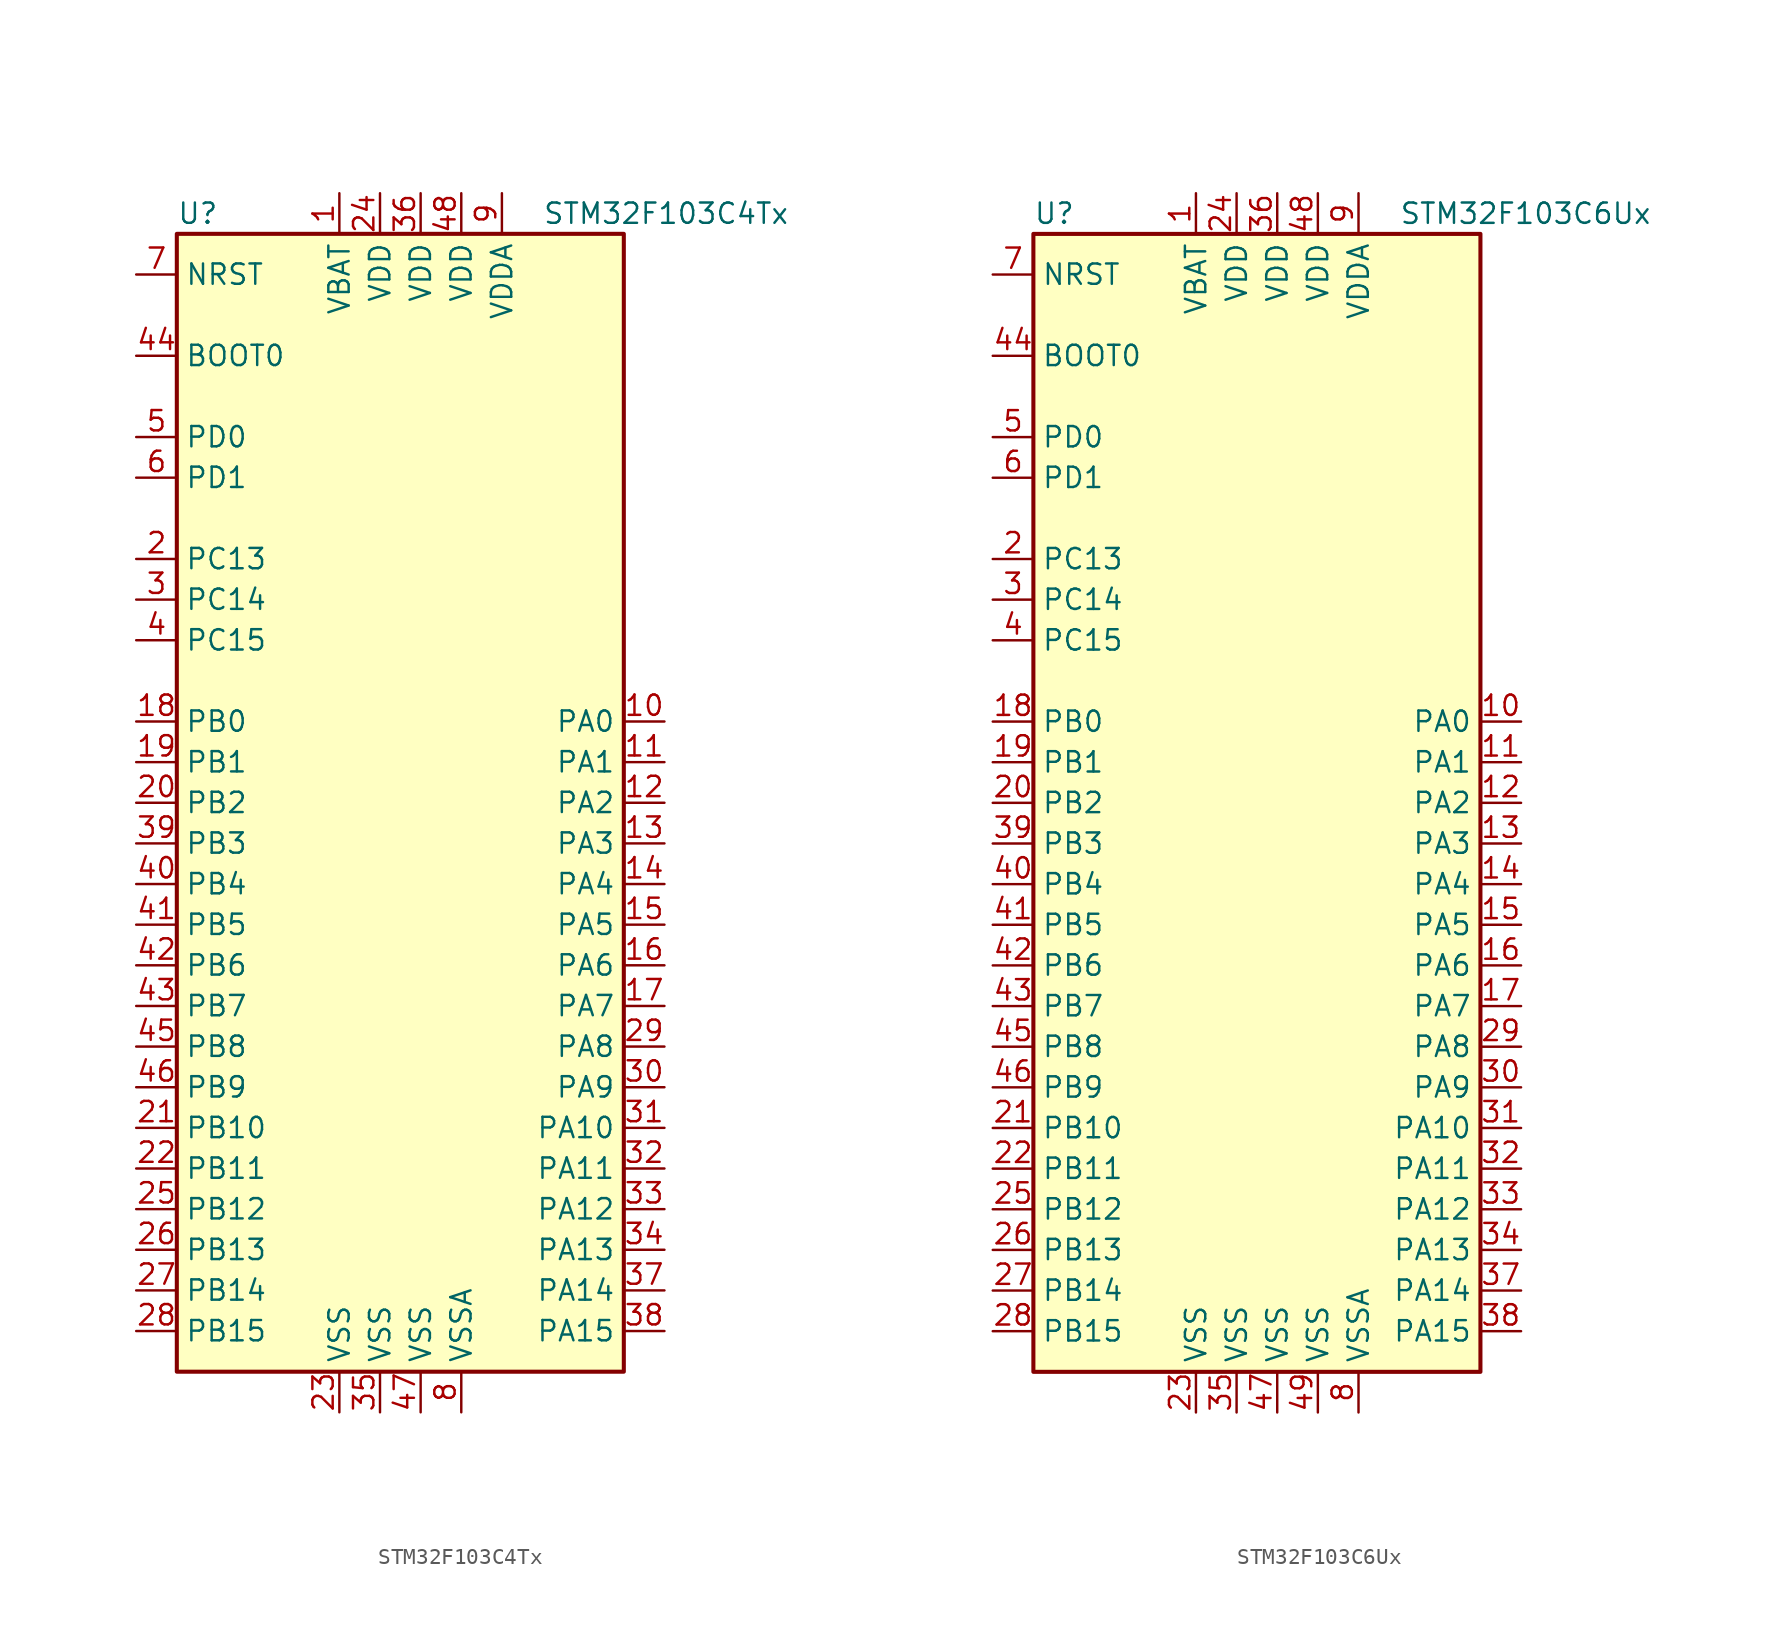
<source format=kicad_sym>
(kicad_symbol_lib
  (version 20201005)
  (generator kicad_symbol_editor)
  (symbol "STM32F103C4Tx"
    (property "Reference" "U"
      (at -15.24 36.83 0)
      (effects (font (size 1.27 1.27)) (justify left)))
    (property "Value" "STM32F103C4Tx"
      (at 7.62 36.83 0)
      (effects (font (size 1.27 1.27)) (justify left)))
    (symbol "STM32F103C4Tx_0_1"
      (rectangle (start -15.24 -35.56) (end 12.7 35.56) (stroke (width 0.254)) (fill (type background))))
    (symbol "STM32F103C4Tx_1_1"
      (pin input line (at -17.78 27.94 0) (length 2.54) (name "BOOT0" (effects (font (size 1.27 1.27)))) (number "44" (effects (font (size 1.27 1.27)))))
      (pin input line (at -17.78 33.02 0) (length 2.54) (name "NRST" (effects (font (size 1.27 1.27)))) (number "7" (effects (font (size 1.27 1.27)))))
      (pin bidirectional line (at 15.24 5.08 180) (length 2.54) (name "PA0" (effects (font (size 1.27 1.27)))) (number "10" (effects (font (size 1.27 1.27)))))
      (pin bidirectional line (at 15.24 2.54 180) (length 2.54) (name "PA1" (effects (font (size 1.27 1.27)))) (number "11" (effects (font (size 1.27 1.27)))))
      (pin bidirectional line (at 15.24 -20.32 180) (length 2.54) (name "PA10" (effects (font (size 1.27 1.27)))) (number "31" (effects (font (size 1.27 1.27)))))
      (pin bidirectional line (at 15.24 -22.86 180) (length 2.54) (name "PA11" (effects (font (size 1.27 1.27)))) (number "32" (effects (font (size 1.27 1.27)))))
      (pin bidirectional line (at 15.24 -25.4 180) (length 2.54) (name "PA12" (effects (font (size 1.27 1.27)))) (number "33" (effects (font (size 1.27 1.27)))))
      (pin bidirectional line (at 15.24 -27.94 180) (length 2.54) (name "PA13" (effects (font (size 1.27 1.27)))) (number "34" (effects (font (size 1.27 1.27)))))
      (pin bidirectional line (at 15.24 -30.48 180) (length 2.54) (name "PA14" (effects (font (size 1.27 1.27)))) (number "37" (effects (font (size 1.27 1.27)))))
      (pin bidirectional line (at 15.24 -33.02 180) (length 2.54) (name "PA15" (effects (font (size 1.27 1.27)))) (number "38" (effects (font (size 1.27 1.27)))))
      (pin bidirectional line (at 15.24 0 180) (length 2.54) (name "PA2" (effects (font (size 1.27 1.27)))) (number "12" (effects (font (size 1.27 1.27)))))
      (pin bidirectional line (at 15.24 -2.54 180) (length 2.54) (name "PA3" (effects (font (size 1.27 1.27)))) (number "13" (effects (font (size 1.27 1.27)))))
      (pin bidirectional line (at 15.24 -5.08 180) (length 2.54) (name "PA4" (effects (font (size 1.27 1.27)))) (number "14" (effects (font (size 1.27 1.27)))))
      (pin bidirectional line (at 15.24 -7.62 180) (length 2.54) (name "PA5" (effects (font (size 1.27 1.27)))) (number "15" (effects (font (size 1.27 1.27)))))
      (pin bidirectional line (at 15.24 -10.16 180) (length 2.54) (name "PA6" (effects (font (size 1.27 1.27)))) (number "16" (effects (font (size 1.27 1.27)))))
      (pin bidirectional line (at 15.24 -12.7 180) (length 2.54) (name "PA7" (effects (font (size 1.27 1.27)))) (number "17" (effects (font (size 1.27 1.27)))))
      (pin bidirectional line (at 15.24 -15.24 180) (length 2.54) (name "PA8" (effects (font (size 1.27 1.27)))) (number "29" (effects (font (size 1.27 1.27)))))
      (pin bidirectional line (at 15.24 -17.78 180) (length 2.54) (name "PA9" (effects (font (size 1.27 1.27)))) (number "30" (effects (font (size 1.27 1.27)))))
      (pin bidirectional line (at -17.78 5.08 0) (length 2.54) (name "PB0" (effects (font (size 1.27 1.27)))) (number "18" (effects (font (size 1.27 1.27)))))
      (pin bidirectional line (at -17.78 2.54 0) (length 2.54) (name "PB1" (effects (font (size 1.27 1.27)))) (number "19" (effects (font (size 1.27 1.27)))))
      (pin bidirectional line (at -17.78 -20.32 0) (length 2.54) (name "PB10" (effects (font (size 1.27 1.27)))) (number "21" (effects (font (size 1.27 1.27)))))
      (pin bidirectional line (at -17.78 -22.86 0) (length 2.54) (name "PB11" (effects (font (size 1.27 1.27)))) (number "22" (effects (font (size 1.27 1.27)))))
      (pin bidirectional line (at -17.78 -25.4 0) (length 2.54) (name "PB12" (effects (font (size 1.27 1.27)))) (number "25" (effects (font (size 1.27 1.27)))))
      (pin bidirectional line (at -17.78 -27.94 0) (length 2.54) (name "PB13" (effects (font (size 1.27 1.27)))) (number "26" (effects (font (size 1.27 1.27)))))
      (pin bidirectional line (at -17.78 -30.48 0) (length 2.54) (name "PB14" (effects (font (size 1.27 1.27)))) (number "27" (effects (font (size 1.27 1.27)))))
      (pin bidirectional line (at -17.78 -33.02 0) (length 2.54) (name "PB15" (effects (font (size 1.27 1.27)))) (number "28" (effects (font (size 1.27 1.27)))))
      (pin bidirectional line (at -17.78 0 0) (length 2.54) (name "PB2" (effects (font (size 1.27 1.27)))) (number "20" (effects (font (size 1.27 1.27)))))
      (pin bidirectional line (at -17.78 -2.54 0) (length 2.54) (name "PB3" (effects (font (size 1.27 1.27)))) (number "39" (effects (font (size 1.27 1.27)))))
      (pin bidirectional line (at -17.78 -5.08 0) (length 2.54) (name "PB4" (effects (font (size 1.27 1.27)))) (number "40" (effects (font (size 1.27 1.27)))))
      (pin bidirectional line (at -17.78 -7.62 0) (length 2.54) (name "PB5" (effects (font (size 1.27 1.27)))) (number "41" (effects (font (size 1.27 1.27)))))
      (pin bidirectional line (at -17.78 -10.16 0) (length 2.54) (name "PB6" (effects (font (size 1.27 1.27)))) (number "42" (effects (font (size 1.27 1.27)))))
      (pin bidirectional line (at -17.78 -12.7 0) (length 2.54) (name "PB7" (effects (font (size 1.27 1.27)))) (number "43" (effects (font (size 1.27 1.27)))))
      (pin bidirectional line (at -17.78 -15.24 0) (length 2.54) (name "PB8" (effects (font (size 1.27 1.27)))) (number "45" (effects (font (size 1.27 1.27)))))
      (pin bidirectional line (at -17.78 -17.78 0) (length 2.54) (name "PB9" (effects (font (size 1.27 1.27)))) (number "46" (effects (font (size 1.27 1.27)))))
      (pin bidirectional line (at -17.78 15.24 0) (length 2.54) (name "PC13" (effects (font (size 1.27 1.27)))) (number "2" (effects (font (size 1.27 1.27)))))
      (pin bidirectional line (at -17.78 12.7 0) (length 2.54) (name "PC14" (effects (font (size 1.27 1.27)))) (number "3" (effects (font (size 1.27 1.27)))))
      (pin bidirectional line (at -17.78 10.16 0) (length 2.54) (name "PC15" (effects (font (size 1.27 1.27)))) (number "4" (effects (font (size 1.27 1.27)))))
      (pin input line (at -17.78 22.86 0) (length 2.54) (name "PD0" (effects (font (size 1.27 1.27)))) (number "5" (effects (font (size 1.27 1.27)))))
      (pin input line (at -17.78 20.32 0) (length 2.54) (name "PD1" (effects (font (size 1.27 1.27)))) (number "6" (effects (font (size 1.27 1.27)))))
      (pin power_in line (at -5.08 38.1 270) (length 2.54) (name "VBAT" (effects (font (size 1.27 1.27)))) (number "1" (effects (font (size 1.27 1.27)))))
      (pin power_in line (at -2.54 38.1 270) (length 2.54) (name "VDD" (effects (font (size 1.27 1.27)))) (number "24" (effects (font (size 1.27 1.27)))))
      (pin power_in line (at 0 38.1 270) (length 2.54) (name "VDD" (effects (font (size 1.27 1.27)))) (number "36" (effects (font (size 1.27 1.27)))))
      (pin power_in line (at 2.54 38.1 270) (length 2.54) (name "VDD" (effects (font (size 1.27 1.27)))) (number "48" (effects (font (size 1.27 1.27)))))
      (pin power_in line (at 5.08 38.1 270) (length 2.54) (name "VDDA" (effects (font (size 1.27 1.27)))) (number "9" (effects (font (size 1.27 1.27)))))
      (pin power_in line (at -5.08 -38.1 90) (length 2.54) (name "VSS" (effects (font (size 1.27 1.27)))) (number "23" (effects (font (size 1.27 1.27)))))
      (pin power_in line (at -2.54 -38.1 90) (length 2.54) (name "VSS" (effects (font (size 1.27 1.27)))) (number "35" (effects (font (size 1.27 1.27)))))
      (pin power_in line (at 0 -38.1 90) (length 2.54) (name "VSS" (effects (font (size 1.27 1.27)))) (number "47" (effects (font (size 1.27 1.27)))))
      (pin power_in line (at 2.54 -38.1 90) (length 2.54) (name "VSSA" (effects (font (size 1.27 1.27)))) (number "8" (effects (font (size 1.27 1.27)))))))
  (symbol "STM32F103C6Ux"
    (property "Reference" "U"
      (at -15.24 36.83 0)
      (effects (font (size 1.27 1.27)) (justify left)))
    (property "Value" "STM32F103C6Ux"
      (at 7.62 36.83 0)
      (effects (font (size 1.27 1.27)) (justify left)))
    (symbol "STM32F103C6Ux_0_1"
      (rectangle (start -15.24 -35.56) (end 12.7 35.56) (stroke (width 0.254)) (fill (type background))))
    (symbol "STM32F103C6Ux_1_1"
      (pin input line (at -17.78 27.94 0) (length 2.54) (name "BOOT0" (effects (font (size 1.27 1.27)))) (number "44" (effects (font (size 1.27 1.27)))))
      (pin input line (at -17.78 33.02 0) (length 2.54) (name "NRST" (effects (font (size 1.27 1.27)))) (number "7" (effects (font (size 1.27 1.27)))))
      (pin bidirectional line (at 15.24 5.08 180) (length 2.54) (name "PA0" (effects (font (size 1.27 1.27)))) (number "10" (effects (font (size 1.27 1.27)))))
      (pin bidirectional line (at 15.24 2.54 180) (length 2.54) (name "PA1" (effects (font (size 1.27 1.27)))) (number "11" (effects (font (size 1.27 1.27)))))
      (pin bidirectional line (at 15.24 -20.32 180) (length 2.54) (name "PA10" (effects (font (size 1.27 1.27)))) (number "31" (effects (font (size 1.27 1.27)))))
      (pin bidirectional line (at 15.24 -22.86 180) (length 2.54) (name "PA11" (effects (font (size 1.27 1.27)))) (number "32" (effects (font (size 1.27 1.27)))))
      (pin bidirectional line (at 15.24 -25.4 180) (length 2.54) (name "PA12" (effects (font (size 1.27 1.27)))) (number "33" (effects (font (size 1.27 1.27)))))
      (pin bidirectional line (at 15.24 -27.94 180) (length 2.54) (name "PA13" (effects (font (size 1.27 1.27)))) (number "34" (effects (font (size 1.27 1.27)))))
      (pin bidirectional line (at 15.24 -30.48 180) (length 2.54) (name "PA14" (effects (font (size 1.27 1.27)))) (number "37" (effects (font (size 1.27 1.27)))))
      (pin bidirectional line (at 15.24 -33.02 180) (length 2.54) (name "PA15" (effects (font (size 1.27 1.27)))) (number "38" (effects (font (size 1.27 1.27)))))
      (pin bidirectional line (at 15.24 0 180) (length 2.54) (name "PA2" (effects (font (size 1.27 1.27)))) (number "12" (effects (font (size 1.27 1.27)))))
      (pin bidirectional line (at 15.24 -2.54 180) (length 2.54) (name "PA3" (effects (font (size 1.27 1.27)))) (number "13" (effects (font (size 1.27 1.27)))))
      (pin bidirectional line (at 15.24 -5.08 180) (length 2.54) (name "PA4" (effects (font (size 1.27 1.27)))) (number "14" (effects (font (size 1.27 1.27)))))
      (pin bidirectional line (at 15.24 -7.62 180) (length 2.54) (name "PA5" (effects (font (size 1.27 1.27)))) (number "15" (effects (font (size 1.27 1.27)))))
      (pin bidirectional line (at 15.24 -10.16 180) (length 2.54) (name "PA6" (effects (font (size 1.27 1.27)))) (number "16" (effects (font (size 1.27 1.27)))))
      (pin bidirectional line (at 15.24 -12.7 180) (length 2.54) (name "PA7" (effects (font (size 1.27 1.27)))) (number "17" (effects (font (size 1.27 1.27)))))
      (pin bidirectional line (at 15.24 -15.24 180) (length 2.54) (name "PA8" (effects (font (size 1.27 1.27)))) (number "29" (effects (font (size 1.27 1.27)))))
      (pin bidirectional line (at 15.24 -17.78 180) (length 2.54) (name "PA9" (effects (font (size 1.27 1.27)))) (number "30" (effects (font (size 1.27 1.27)))))
      (pin bidirectional line (at -17.78 5.08 0) (length 2.54) (name "PB0" (effects (font (size 1.27 1.27)))) (number "18" (effects (font (size 1.27 1.27)))))
      (pin bidirectional line (at -17.78 2.54 0) (length 2.54) (name "PB1" (effects (font (size 1.27 1.27)))) (number "19" (effects (font (size 1.27 1.27)))))
      (pin bidirectional line (at -17.78 -20.32 0) (length 2.54) (name "PB10" (effects (font (size 1.27 1.27)))) (number "21" (effects (font (size 1.27 1.27)))))
      (pin bidirectional line (at -17.78 -22.86 0) (length 2.54) (name "PB11" (effects (font (size 1.27 1.27)))) (number "22" (effects (font (size 1.27 1.27)))))
      (pin bidirectional line (at -17.78 -25.4 0) (length 2.54) (name "PB12" (effects (font (size 1.27 1.27)))) (number "25" (effects (font (size 1.27 1.27)))))
      (pin bidirectional line (at -17.78 -27.94 0) (length 2.54) (name "PB13" (effects (font (size 1.27 1.27)))) (number "26" (effects (font (size 1.27 1.27)))))
      (pin bidirectional line (at -17.78 -30.48 0) (length 2.54) (name "PB14" (effects (font (size 1.27 1.27)))) (number "27" (effects (font (size 1.27 1.27)))))
      (pin bidirectional line (at -17.78 -33.02 0) (length 2.54) (name "PB15" (effects (font (size 1.27 1.27)))) (number "28" (effects (font (size 1.27 1.27)))))
      (pin bidirectional line (at -17.78 0 0) (length 2.54) (name "PB2" (effects (font (size 1.27 1.27)))) (number "20" (effects (font (size 1.27 1.27)))))
      (pin bidirectional line (at -17.78 -2.54 0) (length 2.54) (name "PB3" (effects (font (size 1.27 1.27)))) (number "39" (effects (font (size 1.27 1.27)))))
      (pin bidirectional line (at -17.78 -5.08 0) (length 2.54) (name "PB4" (effects (font (size 1.27 1.27)))) (number "40" (effects (font (size 1.27 1.27)))))
      (pin bidirectional line (at -17.78 -7.62 0) (length 2.54) (name "PB5" (effects (font (size 1.27 1.27)))) (number "41" (effects (font (size 1.27 1.27)))))
      (pin bidirectional line (at -17.78 -10.16 0) (length 2.54) (name "PB6" (effects (font (size 1.27 1.27)))) (number "42" (effects (font (size 1.27 1.27)))))
      (pin bidirectional line (at -17.78 -12.7 0) (length 2.54) (name "PB7" (effects (font (size 1.27 1.27)))) (number "43" (effects (font (size 1.27 1.27)))))
      (pin bidirectional line (at -17.78 -15.24 0) (length 2.54) (name "PB8" (effects (font (size 1.27 1.27)))) (number "45" (effects (font (size 1.27 1.27)))))
      (pin bidirectional line (at -17.78 -17.78 0) (length 2.54) (name "PB9" (effects (font (size 1.27 1.27)))) (number "46" (effects (font (size 1.27 1.27)))))
      (pin bidirectional line (at -17.78 15.24 0) (length 2.54) (name "PC13" (effects (font (size 1.27 1.27)))) (number "2" (effects (font (size 1.27 1.27)))))
      (pin bidirectional line (at -17.78 12.7 0) (length 2.54) (name "PC14" (effects (font (size 1.27 1.27)))) (number "3" (effects (font (size 1.27 1.27)))))
      (pin bidirectional line (at -17.78 10.16 0) (length 2.54) (name "PC15" (effects (font (size 1.27 1.27)))) (number "4" (effects (font (size 1.27 1.27)))))
      (pin input line (at -17.78 22.86 0) (length 2.54) (name "PD0" (effects (font (size 1.27 1.27)))) (number "5" (effects (font (size 1.27 1.27)))))
      (pin input line (at -17.78 20.32 0) (length 2.54) (name "PD1" (effects (font (size 1.27 1.27)))) (number "6" (effects (font (size 1.27 1.27)))))
      (pin power_in line (at -5.08 38.1 270) (length 2.54) (name "VBAT" (effects (font (size 1.27 1.27)))) (number "1" (effects (font (size 1.27 1.27)))))
      (pin power_in line (at -2.54 38.1 270) (length 2.54) (name "VDD" (effects (font (size 1.27 1.27)))) (number "24" (effects (font (size 1.27 1.27)))))
      (pin power_in line (at 0 38.1 270) (length 2.54) (name "VDD" (effects (font (size 1.27 1.27)))) (number "36" (effects (font (size 1.27 1.27)))))
      (pin power_in line (at 2.54 38.1 270) (length 2.54) (name "VDD" (effects (font (size 1.27 1.27)))) (number "48" (effects (font (size 1.27 1.27)))))
      (pin power_in line (at 5.08 38.1 270) (length 2.54) (name "VDDA" (effects (font (size 1.27 1.27)))) (number "9" (effects (font (size 1.27 1.27)))))
      (pin power_in line (at -5.08 -38.1 90) (length 2.54) (name "VSS" (effects (font (size 1.27 1.27)))) (number "23" (effects (font (size 1.27 1.27)))))
      (pin power_in line (at -2.54 -38.1 90) (length 2.54) (name "VSS" (effects (font (size 1.27 1.27)))) (number "35" (effects (font (size 1.27 1.27)))))
      (pin power_in line (at 0 -38.1 90) (length 2.54) (name "VSS" (effects (font (size 1.27 1.27)))) (number "47" (effects (font (size 1.27 1.27)))))
      (pin power_in line (at 2.54 -38.1 90) (length 2.54) (name "VSS" (effects (font (size 1.27 1.27)))) (number "49" (effects (font (size 1.27 1.27)))))
      (pin power_in line (at 5.08 -38.1 90) (length 2.54) (name "VSSA" (effects (font (size 1.27 1.27)))) (number "8" (effects (font (size 1.27 1.27))))))))
</source>
